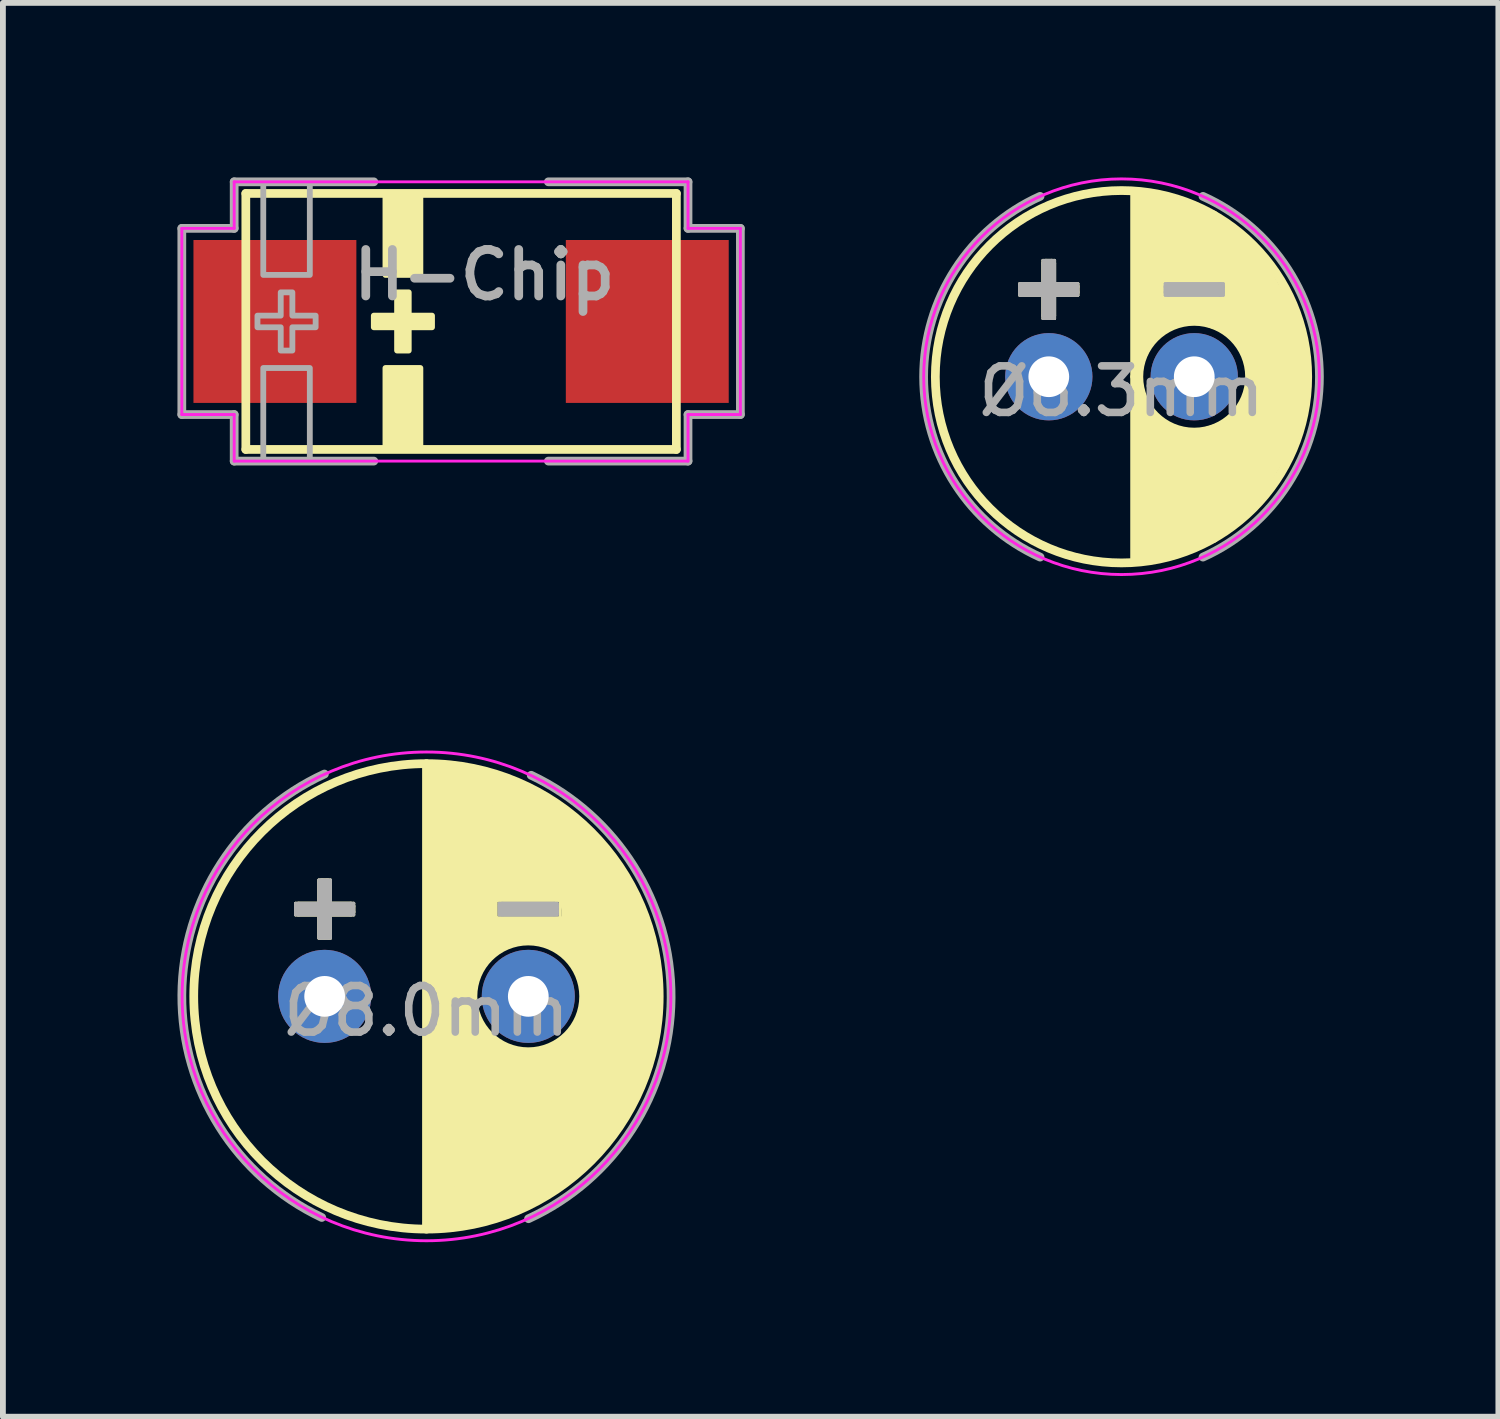
<source format=kicad_pcb>
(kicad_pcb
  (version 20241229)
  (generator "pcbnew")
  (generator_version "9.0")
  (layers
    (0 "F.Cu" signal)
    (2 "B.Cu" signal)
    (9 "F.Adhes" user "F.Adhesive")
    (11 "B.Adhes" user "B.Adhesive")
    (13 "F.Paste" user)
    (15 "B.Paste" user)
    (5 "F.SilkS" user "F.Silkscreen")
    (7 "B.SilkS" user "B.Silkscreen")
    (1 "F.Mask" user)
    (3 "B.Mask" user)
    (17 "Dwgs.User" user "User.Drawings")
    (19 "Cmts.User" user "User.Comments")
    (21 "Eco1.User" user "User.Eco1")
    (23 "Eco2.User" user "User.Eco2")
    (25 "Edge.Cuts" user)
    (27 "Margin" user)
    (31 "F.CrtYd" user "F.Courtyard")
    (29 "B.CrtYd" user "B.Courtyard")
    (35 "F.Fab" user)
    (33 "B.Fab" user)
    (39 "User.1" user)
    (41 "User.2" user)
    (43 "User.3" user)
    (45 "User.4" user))
  (footprint "Ø8.0mm"
    (layer "F.Cu")
    (at 4.28 14.075)
    (property "Reference" "Ø8.0mm" (at 0 0.25 0) (layer "F.Fab") (effects (font (size 0.8 0.8) (thickness 0.13))))
    (attr through_hole)
    (fp_line (start -2.25 -1.6) (end -2.25 -1.4) (stroke (width 0.05) (type solid)) (layer "F.SilkS"))
    (fp_line (start -2.25 -1.6) (end -1.85 -1.6) (stroke (width 0.05) (type solid)) (layer "F.SilkS"))
    (fp_line (start -2.2 -1.55) (end -2.2 -1.45) (stroke (width 0.15) (type solid)) (layer "F.SilkS"))
    (fp_line (start -2.2 -1.45) (end -1.3 -1.45) (stroke (width 0.15) (type solid)) (layer "F.SilkS"))
    (fp_line (start -1.85 -2) (end -1.65 -2) (stroke (width 0.05) (type solid)) (layer "F.SilkS"))
    (fp_line (start -1.85 -1.6) (end -1.85 -2) (stroke (width 0.05) (type solid)) (layer "F.SilkS"))
    (fp_line (start -1.85 -1.4) (end -2.25 -1.4) (stroke (width 0.05) (type solid)) (layer "F.SilkS"))
    (fp_line (start -1.85 -1) (end -1.85 -1.4) (stroke (width 0.05) (type solid)) (layer "F.SilkS"))
    (fp_line (start -1.8 -1.95) (end -1.7 -1.95) (stroke (width 0.15) (type solid)) (layer "F.SilkS"))
    (fp_line (start -1.8 -1.05) (end -1.8 -1.95) (stroke (width 0.15) (type solid)) (layer "F.SilkS"))
    (fp_line (start -1.7 -1.95) (end -1.7 -1.05) (stroke (width 0.15) (type solid)) (layer "F.SilkS"))
    (fp_line (start -1.7 -1.05) (end -1.8 -1.05) (stroke (width 0.15) (type solid)) (layer "F.SilkS"))
    (fp_line (start -1.65 -2) (end -1.65 -1.6) (stroke (width 0.05) (type solid)) (layer "F.SilkS"))
    (fp_line (start -1.65 -1.6) (end -1.25 -1.6) (stroke (width 0.05) (type solid)) (layer "F.SilkS"))
    (fp_line (start -1.65 -1.4) (end -1.65 -1) (stroke (width 0.05) (type solid)) (layer "F.SilkS"))
    (fp_line (start -1.65 -1) (end -1.85 -1) (stroke (width 0.05) (type solid)) (layer "F.SilkS"))
    (fp_line (start -1.3 -1.55) (end -2.2 -1.55) (stroke (width 0.15) (type solid)) (layer "F.SilkS"))
    (fp_line (start -1.3 -1.45) (end -1.3 -1.55) (stroke (width 0.15) (type solid)) (layer "F.SilkS"))
    (fp_line (start -1.25 -1.6) (end -1.25 -1.4) (stroke (width 0.05) (type solid)) (layer "F.SilkS"))
    (fp_line (start -1.25 -1.4) (end -1.65 -1.4) (stroke (width 0.05) (type solid)) (layer "F.SilkS"))
    (fp_line (start 0 -4) (end 0 4) (stroke (width 0.15) (type solid)) (layer "F.SilkS"))
    (fp_line (start 0.1 -3.9) (end 0.1 3.9) (stroke (width 0.15) (type solid)) (layer "F.SilkS"))
    (fp_line (start 0.3 -3.5) (end 0.3 3.6) (stroke (width 0.5) (type solid)) (layer "F.SilkS"))
    (fp_line (start 0.5 -0.5) (end 1.2 -1.15) (stroke (width 0.4) (type solid)) (layer "F.SilkS"))
    (fp_line (start 0.5 0.55) (end 1.05 1.25) (stroke (width 0.4) (type solid)) (layer "F.SilkS"))
    (fp_line (start 0.5 0.9) (end 0.95 1.85) (stroke (width 1) (type solid)) (layer "F.SilkS"))
    (fp_line (start 0.55 -1.9) (end 2.3 -1.9) (stroke (width 0.4) (type solid)) (layer "F.SilkS"))
    (fp_line (start 0.55 2.55) (end 2.15 1.55) (stroke (width 1) (type solid)) (layer "F.SilkS"))
    (fp_line (start 0.6 -3.1) (end 0.65 -1.05) (stroke (width 1) (type solid)) (layer "F.SilkS"))
    (fp_line (start 0.95 -2.65) (end 1.9 -2.25) (stroke (width 1) (type solid)) (layer "F.SilkS"))
    (fp_line (start 1.05 1.25) (end 1.8 1.35) (stroke (width 0.4) (type solid)) (layer "F.SilkS"))
    (fp_line (start 1.1 -1.7) (end 2.4 -1.7) (stroke (width 0.15) (type solid)) (layer "F.SilkS"))
    (fp_line (start 1.1 -1.3) (end 1.1 -1.7) (stroke (width 0.16) (type solid)) (layer "F.SilkS"))
    (fp_line (start 1.2 -1.65) (end 1.2 -1.35) (stroke (width 0.05) (type solid)) (layer "F.SilkS"))
    (fp_line (start 1.8 1.35) (end 2.55 1.1) (stroke (width 0.4) (type solid)) (layer "F.SilkS"))
    (fp_line (start 2 -1.15) (end 2.45 -1.15) (stroke (width 0.4) (type solid)) (layer "F.SilkS"))
    (fp_line (start 2.3 -1.65) (end 1.2 -1.65) (stroke (width 0.05) (type solid)) (layer "F.SilkS"))
    (fp_line (start 2.3 -1.35) (end 1.2 -1.35) (stroke (width 0.05) (type solid)) (layer "F.SilkS"))
    (fp_line (start 2.3 -1.35) (end 2.3 -1.65) (stroke (width 0.05) (type solid)) (layer "F.SilkS"))
    (fp_line (start 2.4 -1.7) (end 2.4 -1.3) (stroke (width 0.16) (type solid)) (layer "F.SilkS"))
    (fp_line (start 2.4 -1.3) (end 1.1 -1.3) (stroke (width 0.15) (type solid)) (layer "F.SilkS"))
    (fp_line (start 2.5 -1.6) (end 2.85 -0.6) (stroke (width 0.4) (type solid)) (layer "F.SilkS"))
    (fp_arc (start 0.1 -3.9) (mid 3.901151 0.03192) (end 0.036169 3.901114) (stroke (width 0.2) (type solid)) (layer "F.SilkS"))
    (fp_arc (start 0.3 -3.6) (mid 3.612448 -0.014902) (end 0.329691 3.597402) (stroke (width 0.5) (type solid)) (layer "F.SilkS"))
    (fp_arc (start 0.7 -3.15) (mid 3.22684 0.001622) (end 0.696832 3.150702) (stroke (width 0.5) (type solid)) (layer "F.SilkS"))
    (fp_arc (start 2.8 0.65) (mid 2.02028 2.232412) (end 0.35 2.8) (stroke (width 0.4) (type solid)) (layer "F.SilkS"))
    (fp_circle (center 0 0) (end 4 0) (stroke (width 0.15) (type solid)) (fill no) (layer "F.SilkS"))
    (fp_circle (center 1.75 0) (end 2.7 -0.05) (stroke (width 0.15) (type solid)) (fill no) (layer "F.SilkS"))
    (fp_circle (center 1.75 0) (end 2.901 0) (stroke (width 0.3) (type solid)) (fill no) (layer "F.SilkS"))
    (fp_circle (center 0 0) (end 4.2 0) (stroke (width 0.05) (type solid)) (fill no) (layer "F.CrtYd"))
    (fp_line (start -2.25 -1.6) (end -2.25 -1.4) (stroke (width 0.05) (type solid)) (layer "F.Fab"))
    (fp_line (start -2.25 -1.6) (end -1.85 -1.6) (stroke (width 0.05) (type solid)) (layer "F.Fab"))
    (fp_line (start -2.2 -1.55) (end -2.2 -1.45) (stroke (width 0.15) (type solid)) (layer "F.Fab"))
    (fp_line (start -2.2 -1.45) (end -1.3 -1.45) (stroke (width 0.15) (type solid)) (layer "F.Fab"))
    (fp_line (start -1.85 -2) (end -1.65 -2) (stroke (width 0.05) (type solid)) (layer "F.Fab"))
    (fp_line (start -1.85 -1.6) (end -1.85 -2) (stroke (width 0.05) (type solid)) (layer "F.Fab"))
    (fp_line (start -1.85 -1.4) (end -2.25 -1.4) (stroke (width 0.05) (type solid)) (layer "F.Fab"))
    (fp_line (start -1.85 -1) (end -1.85 -1.4) (stroke (width 0.05) (type solid)) (layer "F.Fab"))
    (fp_line (start -1.8 -1.95) (end -1.7 -1.95) (stroke (width 0.15) (type solid)) (layer "F.Fab"))
    (fp_line (start -1.8 -1.05) (end -1.8 -1.95) (stroke (width 0.15) (type solid)) (layer "F.Fab"))
    (fp_line (start -1.7 -1.95) (end -1.7 -1.05) (stroke (width 0.15) (type solid)) (layer "F.Fab"))
    (fp_line (start -1.7 -1.05) (end -1.8 -1.05) (stroke (width 0.15) (type solid)) (layer "F.Fab"))
    (fp_line (start -1.65 -2) (end -1.65 -1.6) (stroke (width 0.05) (type solid)) (layer "F.Fab"))
    (fp_line (start -1.65 -1.6) (end -1.25 -1.6) (stroke (width 0.05) (type solid)) (layer "F.Fab"))
    (fp_line (start -1.65 -1.4) (end -1.65 -1) (stroke (width 0.05) (type solid)) (layer "F.Fab"))
    (fp_line (start -1.65 -1) (end -1.85 -1) (stroke (width 0.05) (type solid)) (layer "F.Fab"))
    (fp_line (start -1.3 -1.55) (end -2.2 -1.55) (stroke (width 0.15) (type solid)) (layer "F.Fab"))
    (fp_line (start -1.3 -1.45) (end -1.3 -1.55) (stroke (width 0.15) (type solid)) (layer "F.Fab"))
    (fp_line (start -1.25 -1.6) (end -1.25 -1.4) (stroke (width 0.05) (type solid)) (layer "F.Fab"))
    (fp_line (start -1.25 -1.4) (end -1.65 -1.4) (stroke (width 0.05) (type solid)) (layer "F.Fab"))
    (fp_line (start 1.25 -1.6) (end 1.25 -1.4) (stroke (width 0.05) (type solid)) (layer "F.Fab"))
    (fp_line (start 1.25 -1.6) (end 2.25 -1.6) (stroke (width 0.05) (type solid)) (layer "F.Fab"))
    (fp_line (start 1.3 -1.55) (end 2.2 -1.55) (stroke (width 0.15) (type solid)) (layer "F.Fab"))
    (fp_line (start 1.3 -1.45) (end 1.3 -1.55) (stroke (width 0.15) (type solid)) (layer "F.Fab"))
    (fp_line (start 2.2 -1.55) (end 2.2 -1.45) (stroke (width 0.15) (type solid)) (layer "F.Fab"))
    (fp_line (start 2.2 -1.45) (end 1.3 -1.45) (stroke (width 0.15) (type solid)) (layer "F.Fab"))
    (fp_line (start 2.25 -1.6) (end 2.25 -1.4) (stroke (width 0.05) (type solid)) (layer "F.Fab"))
    (fp_line (start 2.25 -1.4) (end 1.25 -1.4) (stroke (width 0.05) (type solid)) (layer "F.Fab"))
    (fp_arc (start -1.8 3.8) (mid -4.204682 -0.025405) (end -1.753951 -3.821473) (stroke (width 0.15) (type solid)) (layer "F.Fab"))
    (fp_arc (start 1.8 -3.8) (mid 4.204682 0.025405) (end 1.753951 3.821473) (stroke (width 0.15) (type solid)) (layer "F.Fab"))
    (pad "1" thru_hole circle (at -1.75 0) (size 1.6 1.6) (drill 0.7) (layers "*.Cu" "*.Mask"))
    (pad "2" thru_hole circle (at 1.75 0) (size 1.6 1.6) (drill 0.7) (layers "*.Cu" "*.Mask")))
  (footprint "Ø6.3mm"
    (layer "F.Cu")
    (at 16.226 3.425)
    (property "Reference" "Ø6.3mm" (at 0 0.25 0) (layer "F.Fab") (effects (font (size 0.8 0.8) (thickness 0.13))))
    (attr through_hole)
    (fp_line (start -1.75 -1.6) (end -1.75 -1.4) (stroke (width 0.05) (type solid)) (layer "F.SilkS"))
    (fp_line (start -1.75 -1.6) (end -1.35 -1.6) (stroke (width 0.05) (type solid)) (layer "F.SilkS"))
    (fp_line (start -1.7 -1.55) (end -1.7 -1.45) (stroke (width 0.15) (type solid)) (layer "F.SilkS"))
    (fp_line (start -1.7 -1.45) (end -0.8 -1.45) (stroke (width 0.15) (type solid)) (layer "F.SilkS"))
    (fp_line (start -1.35 -2) (end -1.15 -2) (stroke (width 0.05) (type solid)) (layer "F.SilkS"))
    (fp_line (start -1.35 -1.6) (end -1.35 -2) (stroke (width 0.05) (type solid)) (layer "F.SilkS"))
    (fp_line (start -1.35 -1.4) (end -1.75 -1.4) (stroke (width 0.05) (type solid)) (layer "F.SilkS"))
    (fp_line (start -1.35 -1) (end -1.35 -1.4) (stroke (width 0.05) (type solid)) (layer "F.SilkS"))
    (fp_line (start -1.3 -1.95) (end -1.2 -1.95) (stroke (width 0.15) (type solid)) (layer "F.SilkS"))
    (fp_line (start -1.3 -1.05) (end -1.3 -1.95) (stroke (width 0.15) (type solid)) (layer "F.SilkS"))
    (fp_line (start -1.2 -1.95) (end -1.2 -1.05) (stroke (width 0.15) (type solid)) (layer "F.SilkS"))
    (fp_line (start -1.2 -1.05) (end -1.3 -1.05) (stroke (width 0.15) (type solid)) (layer "F.SilkS"))
    (fp_line (start -1.15 -2) (end -1.15 -1.6) (stroke (width 0.05) (type solid)) (layer "F.SilkS"))
    (fp_line (start -1.15 -1.6) (end -0.75 -1.6) (stroke (width 0.05) (type solid)) (layer "F.SilkS"))
    (fp_line (start -1.15 -1.4) (end -1.15 -1) (stroke (width 0.05) (type solid)) (layer "F.SilkS"))
    (fp_line (start -1.15 -1) (end -1.35 -1) (stroke (width 0.05) (type solid)) (layer "F.SilkS"))
    (fp_line (start -0.8 -1.55) (end -1.7 -1.55) (stroke (width 0.15) (type solid)) (layer "F.SilkS"))
    (fp_line (start -0.8 -1.45) (end -0.8 -1.55) (stroke (width 0.15) (type solid)) (layer "F.SilkS"))
    (fp_line (start -0.75 -1.6) (end -0.75 -1.4) (stroke (width 0.05) (type solid)) (layer "F.SilkS"))
    (fp_line (start -0.75 -1.4) (end -1.15 -1.4) (stroke (width 0.05) (type solid)) (layer "F.SilkS"))
    (fp_circle (center 0 0) (end 3.2 0) (stroke (width 0.15) (type solid)) (fill no) (layer "F.SilkS"))
    (fp_circle (center 1.249 0) (end 2.199 -0.05) (stroke (width 0.15) (type solid)) (fill no) (layer "F.SilkS"))
    (fp_poly (pts (xy 1.6 -2.8) (xy 2.4 -2) (xy 3 -1) (xy 3.2 0) (xy 2.2 0) (xy 2.2 -0.4) (xy 1.8 -0.8) (xy 1.2 -1) (xy 0.6 -0.8) (xy 0.2 0) (xy 0.2 -3.2)) (stroke (width 0.1) (type solid)) (fill yes) (layer "F.SilkS"))
    (fp_poly (pts (xy 1.6 2.8) (xy 2.4 2) (xy 3 1) (xy 3.2 0) (xy 2.2 0) (xy 2.2 0.4) (xy 1.8 0.8) (xy 1.2 1) (xy 0.6 0.8) (xy 0.2 0) (xy 0.2 3.2)) (stroke (width 0.1) (type solid)) (fill yes) (layer "F.SilkS"))
    (fp_circle (center 0 0) (end 3.4 0) (stroke (width 0.05) (type solid)) (fill no) (layer "F.CrtYd"))
    (fp_line (start -1.75 -1.6) (end -1.75 -1.4) (stroke (width 0.05) (type solid)) (layer "F.Fab"))
    (fp_line (start -1.75 -1.6) (end -1.35 -1.6) (stroke (width 0.05) (type solid)) (layer "F.Fab"))
    (fp_line (start -1.7 -1.55) (end -1.7 -1.45) (stroke (width 0.15) (type solid)) (layer "F.Fab"))
    (fp_line (start -1.7 -1.45) (end -0.8 -1.45) (stroke (width 0.15) (type solid)) (layer "F.Fab"))
    (fp_line (start -1.35 -2) (end -1.15 -2) (stroke (width 0.05) (type solid)) (layer "F.Fab"))
    (fp_line (start -1.35 -1.6) (end -1.35 -2) (stroke (width 0.05) (type solid)) (layer "F.Fab"))
    (fp_line (start -1.35 -1.4) (end -1.75 -1.4) (stroke (width 0.05) (type solid)) (layer "F.Fab"))
    (fp_line (start -1.35 -1) (end -1.35 -1.4) (stroke (width 0.05) (type solid)) (layer "F.Fab"))
    (fp_line (start -1.3 -1.95) (end -1.2 -1.95) (stroke (width 0.15) (type solid)) (layer "F.Fab"))
    (fp_line (start -1.3 -1.05) (end -1.3 -1.95) (stroke (width 0.15) (type solid)) (layer "F.Fab"))
    (fp_line (start -1.2 -1.95) (end -1.2 -1.05) (stroke (width 0.15) (type solid)) (layer "F.Fab"))
    (fp_line (start -1.2 -1.05) (end -1.3 -1.05) (stroke (width 0.15) (type solid)) (layer "F.Fab"))
    (fp_line (start -1.15 -2) (end -1.15 -1.6) (stroke (width 0.05) (type solid)) (layer "F.Fab"))
    (fp_line (start -1.15 -1.6) (end -0.75 -1.6) (stroke (width 0.05) (type solid)) (layer "F.Fab"))
    (fp_line (start -1.15 -1.4) (end -1.15 -1) (stroke (width 0.05) (type solid)) (layer "F.Fab"))
    (fp_line (start -1.15 -1) (end -1.35 -1) (stroke (width 0.05) (type solid)) (layer "F.Fab"))
    (fp_line (start -0.8 -1.55) (end -1.7 -1.55) (stroke (width 0.15) (type solid)) (layer "F.Fab"))
    (fp_line (start -0.8 -1.45) (end -0.8 -1.55) (stroke (width 0.15) (type solid)) (layer "F.Fab"))
    (fp_line (start -0.75 -1.6) (end -0.75 -1.4) (stroke (width 0.05) (type solid)) (layer "F.Fab"))
    (fp_line (start -0.75 -1.4) (end -1.15 -1.4) (stroke (width 0.05) (type solid)) (layer "F.Fab"))
    (fp_line (start 0.75 -1.6) (end 0.75 -1.4) (stroke (width 0.05) (type solid)) (layer "F.Fab"))
    (fp_line (start 0.75 -1.6) (end 1.75 -1.6) (stroke (width 0.05) (type solid)) (layer "F.Fab"))
    (fp_line (start 0.8 -1.55) (end 1.7 -1.55) (stroke (width 0.15) (type solid)) (layer "F.Fab"))
    (fp_line (start 0.8 -1.45) (end 0.8 -1.55) (stroke (width 0.15) (type solid)) (layer "F.Fab"))
    (fp_line (start 1.7 -1.55) (end 1.7 -1.45) (stroke (width 0.15) (type solid)) (layer "F.Fab"))
    (fp_line (start 1.7 -1.45) (end 0.8 -1.45) (stroke (width 0.15) (type solid)) (layer "F.Fab"))
    (fp_line (start 1.75 -1.6) (end 1.75 -1.4) (stroke (width 0.05) (type solid)) (layer "F.Fab"))
    (fp_line (start 1.75 -1.4) (end 0.75 -1.4) (stroke (width 0.05) (type solid)) (layer "F.Fab"))
    (fp_arc (start -1.4 3.1) (mid -3.40147 0) (end -1.4 -3.1) (stroke (width 0.15) (type solid)) (layer "F.Fab"))
    (fp_arc (start 1.4 -3.1) (mid 3.40147 0) (end 1.4 3.1) (stroke (width 0.15) (type solid)) (layer "F.Fab"))
    (pad "1" thru_hole circle (at -1.25 0) (size 1.5 1.5) (drill 0.7) (layers "*.Cu" "*.Mask"))
    (pad "2" thru_hole circle (at 1.25 0) (size 1.5 1.5) (drill 0.7) (layers "*.Cu" "*.Mask")))
  (footprint "H-Chip"
    (layer "F.Cu")
    (at 4.875 2.475)
    (property "Reference" "H-Chip" (at 0.4 -0.8 0) (layer "F.Fab") (effects (font (size 0.8 0.8) (thickness 0.15))))
    (attr smd)
    (fp_line (start -3.7 -2.2) (end -3.7 2.2) (stroke (width 0.15) (type solid)) (layer "F.SilkS"))
    (fp_line (start 3.7 -2.2) (end -3.7 -2.2) (stroke (width 0.15) (type solid)) (layer "F.SilkS"))
    (fp_line (start 3.7 -2.2) (end 3.7 2.2) (stroke (width 0.15) (type solid)) (layer "F.SilkS"))
    (fp_line (start 3.7 2.2) (end -3.7 2.2) (stroke (width 0.15) (type solid)) (layer "F.SilkS"))
    (fp_poly (pts (xy -0.7 -0.8) (xy -1.3 -0.8) (xy -1.3 -2.2) (xy -0.7 -2.2)) (stroke (width 0.1) (type solid)) (fill yes) (layer "F.SilkS"))
    (fp_poly (pts (xy -0.7 2.2) (xy -1.3 2.2) (xy -1.3 0.8) (xy -0.7 0.8)) (stroke (width 0.1) (type solid)) (fill yes) (layer "F.SilkS"))
    (fp_poly (pts (xy -0.9 -0.1) (xy -0.5 -0.1) (xy -0.5 0.1) (xy -0.9 0.1) (xy -0.9 0.5) (xy -1.1 0.5) (xy -1.1 0.1) (xy -1.5 0.1) (xy -1.5 -0.1) (xy -1.1 -0.1) (xy -1.1 -0.5) (xy -0.9 -0.5)) (stroke (width 0.1) (type solid)) (fill yes) (layer "F.SilkS"))
    (fp_line (start -4.8 -1.6) (end -3.9 -1.6) (stroke (width 0.05) (type solid)) (layer "F.CrtYd"))
    (fp_line (start -4.8 1.6) (end -4.8 -1.6) (stroke (width 0.05) (type solid)) (layer "F.CrtYd"))
    (fp_line (start -4.8 1.6) (end -3.9 1.6) (stroke (width 0.05) (type solid)) (layer "F.CrtYd"))
    (fp_line (start -3.9 -2.4) (end -3.9 -1.6) (stroke (width 0.05) (type solid)) (layer "F.CrtYd"))
    (fp_line (start -3.9 1.6) (end -3.9 2.4) (stroke (width 0.05) (type solid)) (layer "F.CrtYd"))
    (fp_line (start 3.9 -2.4) (end -3.9 -2.4) (stroke (width 0.05) (type solid)) (layer "F.CrtYd"))
    (fp_line (start 3.9 -2.4) (end 3.9 -1.6) (stroke (width 0.05) (type solid)) (layer "F.CrtYd"))
    (fp_line (start 3.9 1.6) (end 3.9 2.4) (stroke (width 0.05) (type solid)) (layer "F.CrtYd"))
    (fp_line (start 3.9 1.6) (end 4.8 1.6) (stroke (width 0.05) (type solid)) (layer "F.CrtYd"))
    (fp_line (start 3.9 2.4) (end -3.9 2.4) (stroke (width 0.05) (type solid)) (layer "F.CrtYd"))
    (fp_line (start 4.8 -1.6) (end 3.9 -1.6) (stroke (width 0.05) (type solid)) (layer "F.CrtYd"))
    (fp_line (start 4.8 1.6) (end 4.8 -1.6) (stroke (width 0.05) (type solid)) (layer "F.CrtYd"))
    (fp_line (start -4.8 -1.6) (end -4.8 1.6) (stroke (width 0.15) (type solid)) (layer "F.Fab"))
    (fp_line (start -3.9 -2.4) (end -1.5 -2.4) (stroke (width 0.15) (type solid)) (layer "F.Fab"))
    (fp_line (start -3.9 -1.6) (end -4.8 -1.6) (stroke (width 0.15) (type solid)) (layer "F.Fab"))
    (fp_line (start -3.9 -1.6) (end -3.9 -2.4) (stroke (width 0.15) (type solid)) (layer "F.Fab"))
    (fp_line (start -3.9 1.6) (end -4.8 1.6) (stroke (width 0.15) (type solid)) (layer "F.Fab"))
    (fp_line (start -3.9 2.4) (end -3.9 1.6) (stroke (width 0.15) (type solid)) (layer "F.Fab"))
    (fp_line (start -3.9 2.4) (end -1.5 2.4) (stroke (width 0.15) (type solid)) (layer "F.Fab"))
    (fp_line (start 1.5 -2.4) (end 3.9 -2.4) (stroke (width 0.15) (type solid)) (layer "F.Fab"))
    (fp_line (start 1.5 2.4) (end 3.9 2.4) (stroke (width 0.15) (type solid)) (layer "F.Fab"))
    (fp_line (start 3.9 -1.6) (end 3.9 -2.4) (stroke (width 0.15) (type solid)) (layer "F.Fab"))
    (fp_line (start 3.9 2.4) (end 3.9 1.6) (stroke (width 0.15) (type solid)) (layer "F.Fab"))
    (fp_line (start 4.8 -1.6) (end 3.9 -1.6) (stroke (width 0.15) (type solid)) (layer "F.Fab"))
    (fp_line (start 4.8 -1.6) (end 4.8 1.6) (stroke (width 0.15) (type solid)) (layer "F.Fab"))
    (fp_line (start 4.8 1.6) (end 3.9 1.6) (stroke (width 0.15) (type solid)) (layer "F.Fab"))
    (fp_poly (pts (xy -2.6 -0.8) (xy -3.4 -0.8) (xy -3.4 -2.4) (xy -2.6 -2.4)) (stroke (width 0.1) (type solid)) (fill no) (layer "F.Fab"))
    (fp_poly (pts (xy -2.6 2.4) (xy -3.4 2.4) (xy -3.4 0.8) (xy -2.6 0.8)) (stroke (width 0.1) (type solid)) (fill no) (layer "F.Fab"))
    (fp_poly (pts (xy -2.9 -0.1) (xy -2.5 -0.1) (xy -2.5 0.1) (xy -2.9 0.1) (xy -2.9 0.5) (xy -3.1 0.5) (xy -3.1 0.1) (xy -3.5 0.1) (xy -3.5 -0.1) (xy -3.1 -0.1) (xy -3.1 -0.5) (xy -2.9 -0.5)) (stroke (width 0.1) (type solid)) (fill no) (layer "F.Fab"))
    (pad "1" smd rect (at -3.2 0 180) (size 2.8 2.8) (layers "F.Cu" "F.Mask" "F.Paste"))
    (pad "2" smd rect (at 3.2 0 180) (size 2.8 2.8) (layers "F.Cu" "F.Mask" "F.Paste")))
  (gr_rect
    (start -3 -3)
    (end 22.703 21.3)
    (stroke (width 0.1) (type default))
    (fill no)
    (layer "Edge.Cuts")))
</source>
